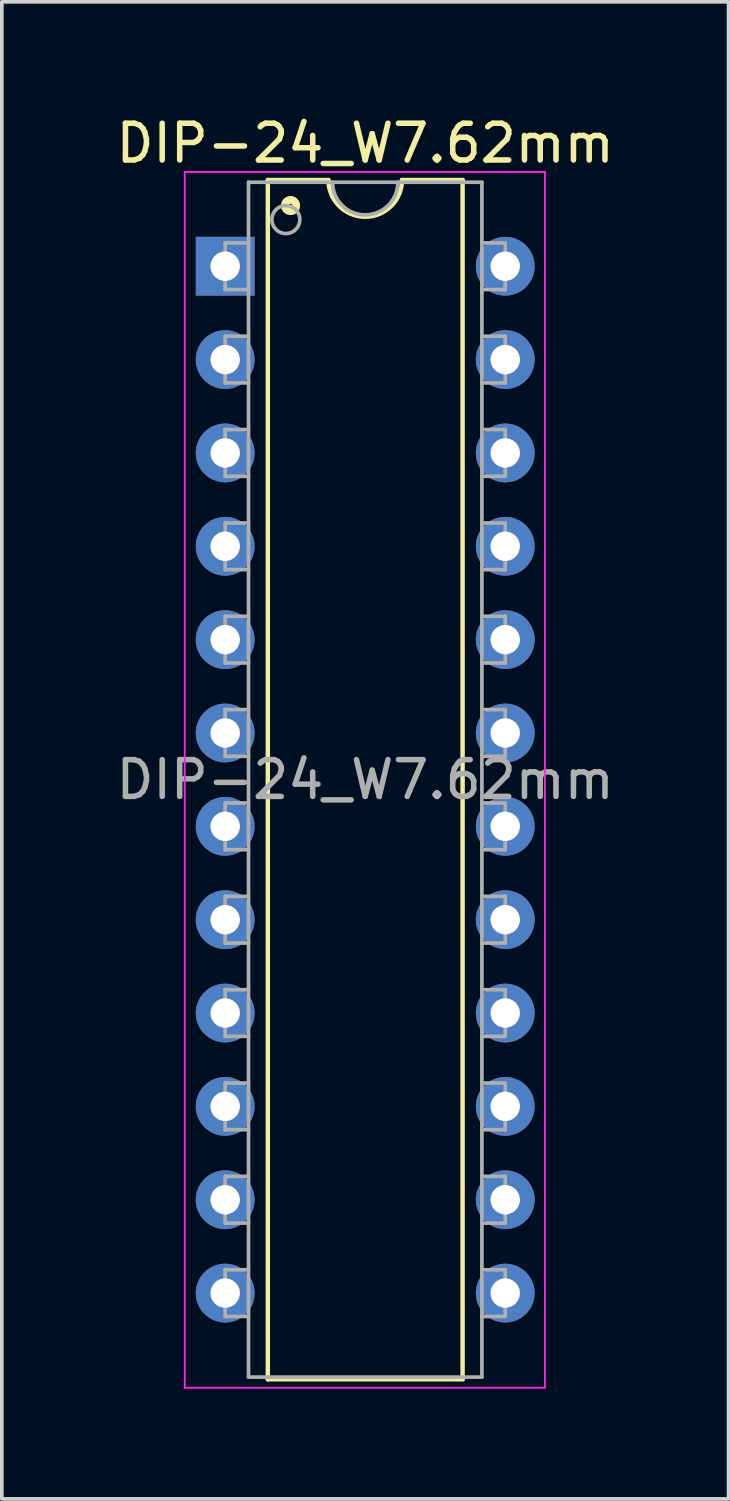
<source format=kicad_pcb>
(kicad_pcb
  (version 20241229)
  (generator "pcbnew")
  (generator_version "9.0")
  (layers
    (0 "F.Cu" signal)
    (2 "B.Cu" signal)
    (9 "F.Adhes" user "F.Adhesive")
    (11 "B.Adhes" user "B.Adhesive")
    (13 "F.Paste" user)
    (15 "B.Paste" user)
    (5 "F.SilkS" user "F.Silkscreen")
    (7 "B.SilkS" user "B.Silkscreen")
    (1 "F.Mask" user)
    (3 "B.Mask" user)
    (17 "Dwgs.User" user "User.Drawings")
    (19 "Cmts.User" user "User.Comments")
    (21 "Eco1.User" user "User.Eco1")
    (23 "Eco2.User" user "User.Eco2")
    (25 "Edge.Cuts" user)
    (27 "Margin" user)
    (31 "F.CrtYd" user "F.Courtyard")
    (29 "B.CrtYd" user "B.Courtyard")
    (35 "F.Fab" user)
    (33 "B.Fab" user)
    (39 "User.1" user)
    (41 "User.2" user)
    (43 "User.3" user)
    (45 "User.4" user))
  (footprint "DIP-24_W7.62mm"
    (layer "F.Cu")
    (at 3.077 4.194)
    (property "Reference" "DIP-24_W7.62mm" (at 3.81 -3.346 0) (layer "F.SilkS") (effects (font (size 1 1) (thickness 0.15))))
    (attr through_hole)
    (fp_line (start 1.16 -2.346) (end 1.16 30.286) (stroke (width 0.12) (type solid)) (layer "F.SilkS"))
    (fp_line (start 1.16 30.286) (end 6.46 30.286) (stroke (width 0.12) (type solid)) (layer "F.SilkS"))
    (fp_line (start 2.81 -2.346) (end 1.16 -2.346) (stroke (width 0.12) (type solid)) (layer "F.SilkS"))
    (fp_line (start 6.46 -2.346) (end 4.81 -2.346) (stroke (width 0.12) (type solid)) (layer "F.SilkS"))
    (fp_line (start 6.46 30.286) (end 6.46 -2.346) (stroke (width 0.12) (type solid)) (layer "F.SilkS"))
    (fp_arc (start 4.81 -2.346) (mid 3.81 -1.346) (end 2.81 -2.346) (stroke (width 0.12) (type solid)) (layer "F.SilkS"))
    (fp_circle (center 1.778 -1.651) (end 1.828 -1.651) (stroke (width 0.12) (type solid)) (fill no) (layer "F.SilkS"))
    (fp_circle (center 1.778 -1.651) (end 1.903 -1.651) (stroke (width 0.12) (type solid)) (fill no) (layer "F.SilkS"))
    (fp_circle (center 1.778 -1.651) (end 1.978 -1.651) (stroke (width 0.12) (type solid)) (fill no) (layer "F.SilkS"))
    (fp_line (start -1.1 -2.566) (end -1.1 30.516) (stroke (width 0.05) (type solid)) (layer "F.CrtYd"))
    (fp_line (start -1.1 30.516) (end 8.7 30.516) (stroke (width 0.05) (type solid)) (layer "F.CrtYd"))
    (fp_line (start 8.7 -2.566) (end -1.1 -2.566) (stroke (width 0.05) (type solid)) (layer "F.CrtYd"))
    (fp_line (start 8.7 30.516) (end 8.7 -2.566) (stroke (width 0.05) (type solid)) (layer "F.CrtYd"))
    (fp_line (start 0 -0.635) (end 0 0.635) (stroke (width 0.1) (type solid)) (layer "F.Fab"))
    (fp_line (start 0 -0.635) (end 0.635 -0.635) (stroke (width 0.1) (type solid)) (layer "F.Fab"))
    (fp_line (start 0 0.635) (end 0.635 0.635) (stroke (width 0.1) (type solid)) (layer "F.Fab"))
    (fp_line (start 0 1.905) (end 0 3.175) (stroke (width 0.1) (type solid)) (layer "F.Fab"))
    (fp_line (start 0 1.905) (end 0.635 1.905) (stroke (width 0.1) (type solid)) (layer "F.Fab"))
    (fp_line (start 0 3.175) (end 0.635 3.175) (stroke (width 0.1) (type solid)) (layer "F.Fab"))
    (fp_line (start 0 4.445) (end 0 5.715) (stroke (width 0.1) (type solid)) (layer "F.Fab"))
    (fp_line (start 0 4.445) (end 0.635 4.445) (stroke (width 0.1) (type solid)) (layer "F.Fab"))
    (fp_line (start 0 5.715) (end 0.635 5.715) (stroke (width 0.1) (type solid)) (layer "F.Fab"))
    (fp_line (start 0 6.985) (end 0 8.255) (stroke (width 0.1) (type solid)) (layer "F.Fab"))
    (fp_line (start 0 6.985) (end 0.635 6.985) (stroke (width 0.1) (type solid)) (layer "F.Fab"))
    (fp_line (start 0 8.255) (end 0.635 8.255) (stroke (width 0.1) (type solid)) (layer "F.Fab"))
    (fp_line (start 0 9.525) (end 0 10.795) (stroke (width 0.1) (type solid)) (layer "F.Fab"))
    (fp_line (start 0 9.525) (end 0.635 9.525) (stroke (width 0.1) (type solid)) (layer "F.Fab"))
    (fp_line (start 0 10.795) (end 0.635 10.795) (stroke (width 0.1) (type solid)) (layer "F.Fab"))
    (fp_line (start 0 12.065) (end 0 13.335) (stroke (width 0.1) (type solid)) (layer "F.Fab"))
    (fp_line (start 0 12.065) (end 0.635 12.065) (stroke (width 0.1) (type solid)) (layer "F.Fab"))
    (fp_line (start 0 13.335) (end 0.635 13.335) (stroke (width 0.1) (type solid)) (layer "F.Fab"))
    (fp_line (start 0 14.605) (end 0 15.875) (stroke (width 0.1) (type solid)) (layer "F.Fab"))
    (fp_line (start 0 14.605) (end 0.635 14.605) (stroke (width 0.1) (type solid)) (layer "F.Fab"))
    (fp_line (start 0 15.875) (end 0.635 15.875) (stroke (width 0.1) (type solid)) (layer "F.Fab"))
    (fp_line (start 0 17.145) (end 0 18.415) (stroke (width 0.1) (type solid)) (layer "F.Fab"))
    (fp_line (start 0 17.145) (end 0.635 17.145) (stroke (width 0.1) (type solid)) (layer "F.Fab"))
    (fp_line (start 0 18.415) (end 0.635 18.415) (stroke (width 0.1) (type solid)) (layer "F.Fab"))
    (fp_line (start 0 19.685) (end 0 20.955) (stroke (width 0.1) (type solid)) (layer "F.Fab"))
    (fp_line (start 0 19.685) (end 0.635 19.685) (stroke (width 0.1) (type solid)) (layer "F.Fab"))
    (fp_line (start 0 20.955) (end 0.635 20.955) (stroke (width 0.1) (type solid)) (layer "F.Fab"))
    (fp_line (start 0 22.225) (end 0 23.495) (stroke (width 0.1) (type solid)) (layer "F.Fab"))
    (fp_line (start 0 22.225) (end 0.635 22.225) (stroke (width 0.1) (type solid)) (layer "F.Fab"))
    (fp_line (start 0 23.495) (end 0.635 23.495) (stroke (width 0.1) (type solid)) (layer "F.Fab"))
    (fp_line (start 0 24.765) (end 0 26.035) (stroke (width 0.1) (type solid)) (layer "F.Fab"))
    (fp_line (start 0 24.765) (end 0.635 24.765) (stroke (width 0.1) (type solid)) (layer "F.Fab"))
    (fp_line (start 0 26.035) (end 0.635 26.035) (stroke (width 0.1) (type solid)) (layer "F.Fab"))
    (fp_line (start 0 27.305) (end 0 28.575) (stroke (width 0.1) (type solid)) (layer "F.Fab"))
    (fp_line (start 0 27.305) (end 0.635 27.305) (stroke (width 0.1) (type solid)) (layer "F.Fab"))
    (fp_line (start 0 28.575) (end 0.635 28.575) (stroke (width 0.1) (type solid)) (layer "F.Fab"))
    (fp_line (start 0.635 -2.286) (end 6.985 -2.286) (stroke (width 0.1) (type solid)) (layer "F.Fab"))
    (fp_line (start 0.635 30.226) (end 0.635 -2.286) (stroke (width 0.1) (type solid)) (layer "F.Fab"))
    (fp_line (start 6.985 -2.286) (end 6.985 30.226) (stroke (width 0.1) (type solid)) (layer "F.Fab"))
    (fp_line (start 6.985 30.226) (end 0.635 30.226) (stroke (width 0.1) (type solid)) (layer "F.Fab"))
    (fp_line (start 7.62 -0.635) (end 6.985 -0.635) (stroke (width 0.1) (type solid)) (layer "F.Fab"))
    (fp_line (start 7.62 0.635) (end 6.985 0.635) (stroke (width 0.1) (type solid)) (layer "F.Fab"))
    (fp_line (start 7.62 0.635) (end 7.62 -0.635) (stroke (width 0.1) (type solid)) (layer "F.Fab"))
    (fp_line (start 7.62 1.905) (end 6.985 1.905) (stroke (width 0.1) (type solid)) (layer "F.Fab"))
    (fp_line (start 7.62 3.175) (end 6.985 3.175) (stroke (width 0.1) (type solid)) (layer "F.Fab"))
    (fp_line (start 7.62 3.175) (end 7.62 1.905) (stroke (width 0.1) (type solid)) (layer "F.Fab"))
    (fp_line (start 7.62 4.445) (end 6.985 4.445) (stroke (width 0.1) (type solid)) (layer "F.Fab"))
    (fp_line (start 7.62 5.715) (end 6.985 5.715) (stroke (width 0.1) (type solid)) (layer "F.Fab"))
    (fp_line (start 7.62 5.715) (end 7.62 4.445) (stroke (width 0.1) (type solid)) (layer "F.Fab"))
    (fp_line (start 7.62 6.985) (end 6.985 6.985) (stroke (width 0.1) (type solid)) (layer "F.Fab"))
    (fp_line (start 7.62 8.255) (end 6.985 8.255) (stroke (width 0.1) (type solid)) (layer "F.Fab"))
    (fp_line (start 7.62 8.255) (end 7.62 6.985) (stroke (width 0.1) (type solid)) (layer "F.Fab"))
    (fp_line (start 7.62 9.525) (end 6.985 9.525) (stroke (width 0.1) (type solid)) (layer "F.Fab"))
    (fp_line (start 7.62 10.795) (end 6.985 10.795) (stroke (width 0.1) (type solid)) (layer "F.Fab"))
    (fp_line (start 7.62 10.795) (end 7.62 9.525) (stroke (width 0.1) (type solid)) (layer "F.Fab"))
    (fp_line (start 7.62 12.065) (end 6.985 12.065) (stroke (width 0.1) (type solid)) (layer "F.Fab"))
    (fp_line (start 7.62 13.335) (end 6.985 13.335) (stroke (width 0.1) (type solid)) (layer "F.Fab"))
    (fp_line (start 7.62 13.335) (end 7.62 12.065) (stroke (width 0.1) (type solid)) (layer "F.Fab"))
    (fp_line (start 7.62 14.605) (end 6.985 14.605) (stroke (width 0.1) (type solid)) (layer "F.Fab"))
    (fp_line (start 7.62 15.875) (end 6.985 15.875) (stroke (width 0.1) (type solid)) (layer "F.Fab"))
    (fp_line (start 7.62 15.875) (end 7.62 14.605) (stroke (width 0.1) (type solid)) (layer "F.Fab"))
    (fp_line (start 7.62 17.145) (end 6.985 17.145) (stroke (width 0.1) (type solid)) (layer "F.Fab"))
    (fp_line (start 7.62 18.415) (end 6.985 18.415) (stroke (width 0.1) (type solid)) (layer "F.Fab"))
    (fp_line (start 7.62 18.415) (end 7.62 17.145) (stroke (width 0.1) (type solid)) (layer "F.Fab"))
    (fp_line (start 7.62 19.685) (end 6.985 19.685) (stroke (width 0.1) (type solid)) (layer "F.Fab"))
    (fp_line (start 7.62 20.955) (end 6.985 20.955) (stroke (width 0.1) (type solid)) (layer "F.Fab"))
    (fp_line (start 7.62 20.955) (end 7.62 19.685) (stroke (width 0.1) (type solid)) (layer "F.Fab"))
    (fp_line (start 7.62 22.225) (end 6.985 22.225) (stroke (width 0.1) (type solid)) (layer "F.Fab"))
    (fp_line (start 7.62 23.495) (end 6.985 23.495) (stroke (width 0.1) (type solid)) (layer "F.Fab"))
    (fp_line (start 7.62 23.495) (end 7.62 22.225) (stroke (width 0.1) (type solid)) (layer "F.Fab"))
    (fp_line (start 7.62 24.765) (end 6.985 24.765) (stroke (width 0.1) (type solid)) (layer "F.Fab"))
    (fp_line (start 7.62 26.035) (end 6.985 26.035) (stroke (width 0.1) (type solid)) (layer "F.Fab"))
    (fp_line (start 7.62 26.035) (end 7.62 24.765) (stroke (width 0.1) (type solid)) (layer "F.Fab"))
    (fp_line (start 7.62 27.305) (end 6.985 27.305) (stroke (width 0.1) (type solid)) (layer "F.Fab"))
    (fp_line (start 7.62 28.575) (end 6.985 28.575) (stroke (width 0.1) (type solid)) (layer "F.Fab"))
    (fp_line (start 7.62 28.575) (end 7.62 27.305) (stroke (width 0.1) (type solid)) (layer "F.Fab"))
    (fp_arc (start 4.699 -2.286) (mid 3.81 -1.397) (end 2.921 -2.286) (stroke (width 0.1) (type solid)) (layer "F.Fab"))
    (fp_circle (center 1.651 -1.27) (end 2.032 -1.27) (stroke (width 0.1) (type solid)) (fill no) (layer "F.Fab"))
    (fp_text user "${REFERENCE}" (at 3.81 13.97 0) (layer "F.Fab") (effects (font (size 1 1) (thickness 0.15))))
    (pad "1" thru_hole rect (at 0 0) (size 1.6 1.6) (drill 0.8) (layers "*.Cu" "*.Mask"))
    (pad "2" thru_hole oval (at 0 2.54) (size 1.6 1.6) (drill 0.8) (layers "*.Cu" "*.Mask"))
    (pad "3" thru_hole oval (at 0 5.08) (size 1.6 1.6) (drill 0.8) (layers "*.Cu" "*.Mask"))
    (pad "4" thru_hole oval (at 0 7.62) (size 1.6 1.6) (drill 0.8) (layers "*.Cu" "*.Mask"))
    (pad "5" thru_hole oval (at 0 10.16) (size 1.6 1.6) (drill 0.8) (layers "*.Cu" "*.Mask"))
    (pad "6" thru_hole oval (at 0 12.7) (size 1.6 1.6) (drill 0.8) (layers "*.Cu" "*.Mask"))
    (pad "7" thru_hole oval (at 0 15.24) (size 1.6 1.6) (drill 0.8) (layers "*.Cu" "*.Mask"))
    (pad "8" thru_hole oval (at 0 17.78) (size 1.6 1.6) (drill 0.8) (layers "*.Cu" "*.Mask"))
    (pad "9" thru_hole oval (at 0 20.32) (size 1.6 1.6) (drill 0.8) (layers "*.Cu" "*.Mask"))
    (pad "10" thru_hole oval (at 0 22.86) (size 1.6 1.6) (drill 0.8) (layers "*.Cu" "*.Mask"))
    (pad "11" thru_hole oval (at 0 25.4) (size 1.6 1.6) (drill 0.8) (layers "*.Cu" "*.Mask"))
    (pad "12" thru_hole oval (at 0 27.94) (size 1.6 1.6) (drill 0.8) (layers "*.Cu" "*.Mask"))
    (pad "13" thru_hole oval (at 7.62 27.94) (size 1.6 1.6) (drill 0.8) (layers "*.Cu" "*.Mask"))
    (pad "14" thru_hole oval (at 7.62 25.4) (size 1.6 1.6) (drill 0.8) (layers "*.Cu" "*.Mask"))
    (pad "15" thru_hole oval (at 7.62 22.86) (size 1.6 1.6) (drill 0.8) (layers "*.Cu" "*.Mask"))
    (pad "16" thru_hole oval (at 7.62 20.32) (size 1.6 1.6) (drill 0.8) (layers "*.Cu" "*.Mask"))
    (pad "17" thru_hole oval (at 7.62 17.78) (size 1.6 1.6) (drill 0.8) (layers "*.Cu" "*.Mask"))
    (pad "18" thru_hole oval (at 7.62 15.24) (size 1.6 1.6) (drill 0.8) (layers "*.Cu" "*.Mask"))
    (pad "19" thru_hole oval (at 7.62 12.7) (size 1.6 1.6) (drill 0.8) (layers "*.Cu" "*.Mask"))
    (pad "20" thru_hole oval (at 7.62 10.16) (size 1.6 1.6) (drill 0.8) (layers "*.Cu" "*.Mask"))
    (pad "21" thru_hole oval (at 7.62 7.62) (size 1.6 1.6) (drill 0.8) (layers "*.Cu" "*.Mask"))
    (pad "22" thru_hole oval (at 7.62 5.08) (size 1.6 1.6) (drill 0.8) (layers "*.Cu" "*.Mask"))
    (pad "23" thru_hole oval (at 7.62 2.54) (size 1.6 1.6) (drill 0.8) (layers "*.Cu" "*.Mask"))
    (pad "24" thru_hole oval (at 7.62 0) (size 1.6 1.6) (drill 0.8) (layers "*.Cu" "*.Mask")))
  (gr_rect
    (start -3 -3)
    (end 16.774 37.735)
    (stroke (width 0.1) (type default))
    (fill no)
    (layer "Edge.Cuts")))
</source>
